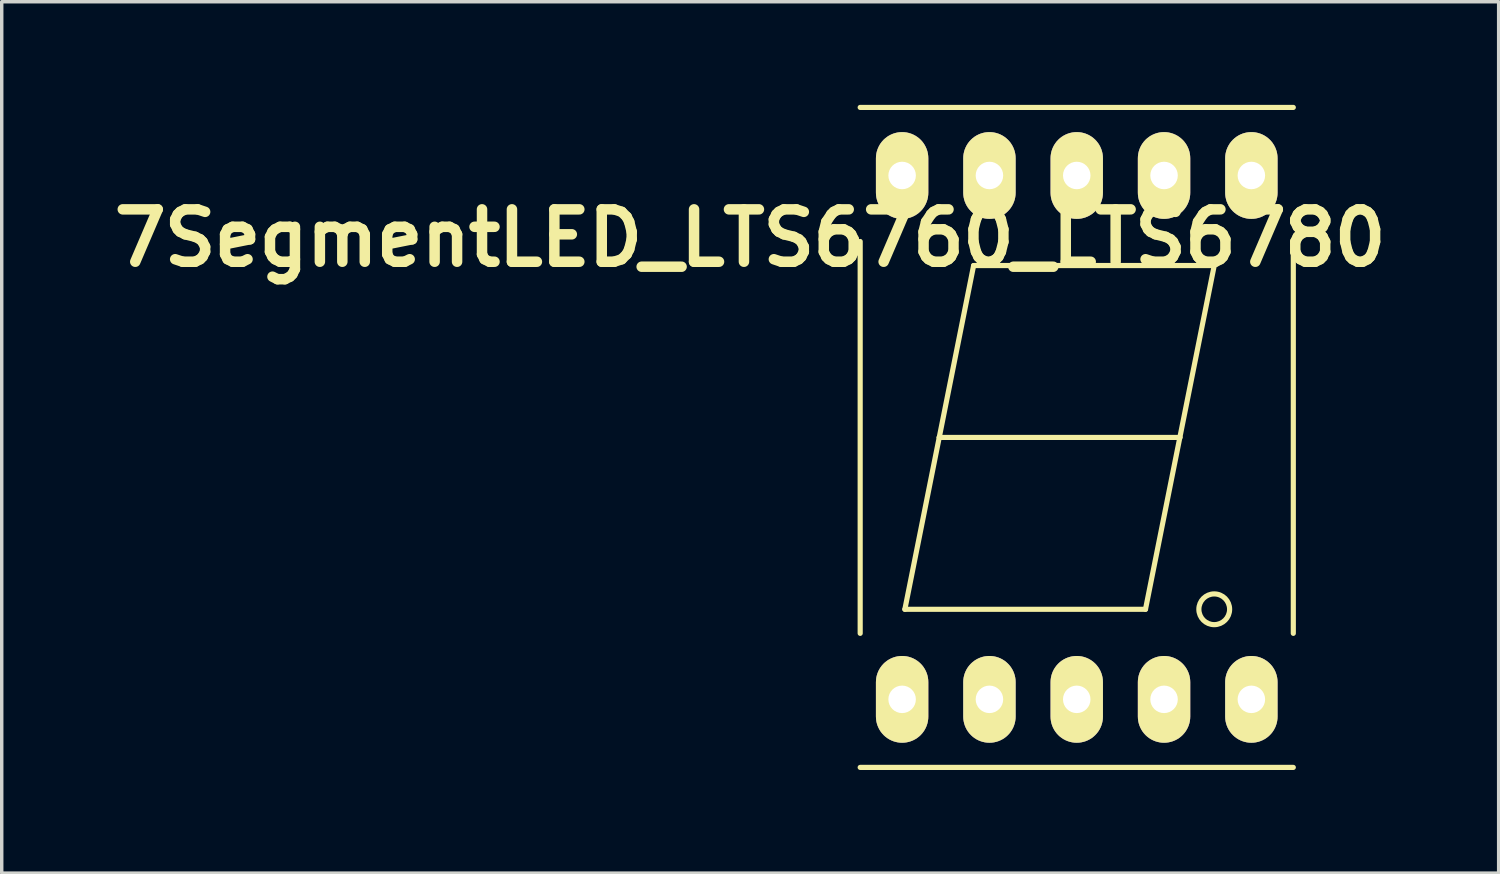
<source format=kicad_pcb>
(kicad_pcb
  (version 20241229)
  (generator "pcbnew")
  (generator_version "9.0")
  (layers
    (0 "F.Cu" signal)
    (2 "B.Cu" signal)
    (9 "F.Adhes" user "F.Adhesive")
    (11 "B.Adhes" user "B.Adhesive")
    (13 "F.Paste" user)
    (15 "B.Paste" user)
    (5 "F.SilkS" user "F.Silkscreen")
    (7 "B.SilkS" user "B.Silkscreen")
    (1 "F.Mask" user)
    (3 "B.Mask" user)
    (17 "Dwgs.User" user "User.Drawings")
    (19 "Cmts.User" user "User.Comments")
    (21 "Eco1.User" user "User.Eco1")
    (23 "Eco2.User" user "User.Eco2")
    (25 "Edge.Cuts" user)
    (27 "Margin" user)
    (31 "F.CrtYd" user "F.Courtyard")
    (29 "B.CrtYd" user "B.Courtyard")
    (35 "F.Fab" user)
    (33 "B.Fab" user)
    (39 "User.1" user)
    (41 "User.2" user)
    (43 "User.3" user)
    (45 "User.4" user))
  (footprint "7SegmentLED_LTS6760_LTS6780"
    (layer "F.Cu")
    (at 28.274 9.675)
    (property "Reference" "7SegmentLED_LTS6760_LTS6780" (at -9.5 -5.8 0) (layer "F.SilkS") (effects (font (size 1.524 1.524) (thickness 0.305))))
    (attr through_hole)
    (fp_line (start -6.3 -9.6) (end 6.3 -9.6) (stroke (width 0.15) (type solid)) (layer "F.SilkS"))
    (fp_line (start -6.3 -5.7) (end -6.3 5.7) (stroke (width 0.15) (type solid)) (layer "F.SilkS"))
    (fp_line (start -5 5) (end 2 5) (stroke (width 0.15) (type solid)) (layer "F.SilkS"))
    (fp_line (start -4 0) (end -5 5) (stroke (width 0.15) (type solid)) (layer "F.SilkS"))
    (fp_line (start -3 -5) (end -4 0) (stroke (width 0.15) (type solid)) (layer "F.SilkS"))
    (fp_line (start -3 -5) (end 4 -5) (stroke (width 0.15) (type solid)) (layer "F.SilkS"))
    (fp_line (start 2 5) (end 3 0) (stroke (width 0.15) (type solid)) (layer "F.SilkS"))
    (fp_line (start 3 0) (end -4 0) (stroke (width 0.15) (type solid)) (layer "F.SilkS"))
    (fp_line (start 4 -5) (end 3 0) (stroke (width 0.15) (type solid)) (layer "F.SilkS"))
    (fp_line (start 6.3 -5.7) (end 6.3 5.7) (stroke (width 0.15) (type solid)) (layer "F.SilkS"))
    (fp_line (start 6.3 9.6) (end -6.3 9.6) (stroke (width 0.15) (type solid)) (layer "F.SilkS"))
    (fp_circle (center 4 5) (end 4.4 5.2) (stroke (width 0.15) (type solid)) (fill no) (layer "F.SilkS"))
    (pad "1" thru_hole oval (at -5.08 7.62) (size 1.524 2.524) (drill 0.8) (layers "*.Cu" "*.Mask" "F.SilkS"))
    (pad "2" thru_hole oval (at -2.54 7.62) (size 1.524 2.524) (drill 0.8) (layers "*.Cu" "*.Mask" "F.SilkS"))
    (pad "3" thru_hole oval (at 0 7.62) (size 1.524 2.524) (drill 0.8) (layers "*.Cu" "*.Mask" "F.SilkS"))
    (pad "4" thru_hole oval (at 2.54 7.62) (size 1.524 2.524) (drill 0.8) (layers "*.Cu" "*.Mask" "F.SilkS"))
    (pad "5" thru_hole oval (at 5.08 7.62) (size 1.524 2.524) (drill 0.8) (layers "*.Cu" "*.Mask" "F.SilkS"))
    (pad "6" thru_hole oval (at 5.08 -7.62) (size 1.524 2.524) (drill 0.8) (layers "*.Cu" "*.Mask" "F.SilkS"))
    (pad "7" thru_hole oval (at 2.54 -7.62) (size 1.524 2.524) (drill 0.8) (layers "*.Cu" "*.Mask" "F.SilkS"))
    (pad "8" thru_hole oval (at 0 -7.62) (size 1.524 2.524) (drill 0.8) (layers "*.Cu" "*.Mask" "F.SilkS"))
    (pad "9" thru_hole oval (at -2.54 -7.62) (size 1.524 2.524) (drill 0.8) (layers "*.Cu" "*.Mask" "F.SilkS"))
    (pad "10" thru_hole oval (at -5.08 -7.62) (size 1.524 2.524) (drill 0.8) (layers "*.Cu" "*.Mask" "F.SilkS")))
  (gr_rect
    (start -3 -3)
    (end 40.548 22.35)
    (stroke (width 0.1) (type default))
    (fill no)
    (layer "Edge.Cuts")))
</source>
